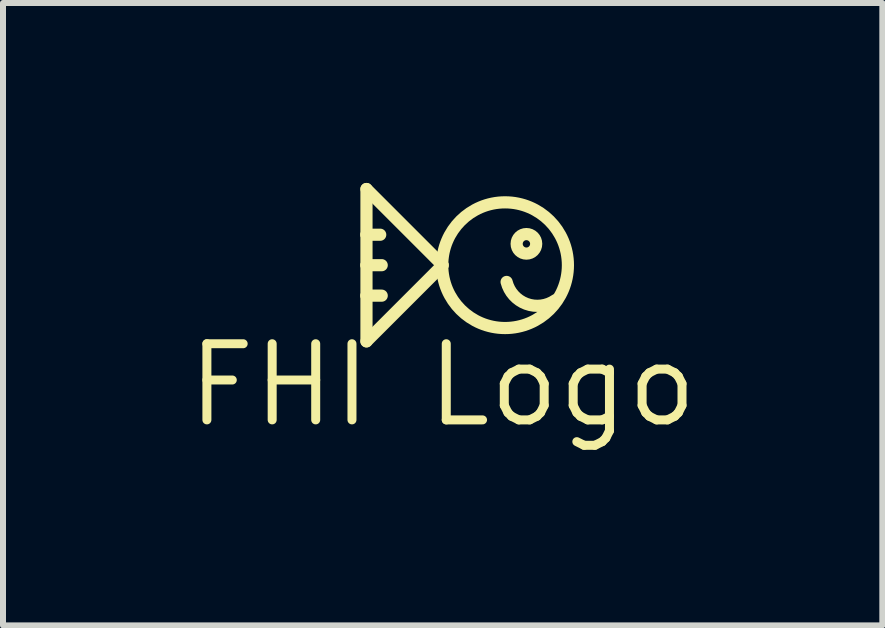
<source format=kicad_pcb>
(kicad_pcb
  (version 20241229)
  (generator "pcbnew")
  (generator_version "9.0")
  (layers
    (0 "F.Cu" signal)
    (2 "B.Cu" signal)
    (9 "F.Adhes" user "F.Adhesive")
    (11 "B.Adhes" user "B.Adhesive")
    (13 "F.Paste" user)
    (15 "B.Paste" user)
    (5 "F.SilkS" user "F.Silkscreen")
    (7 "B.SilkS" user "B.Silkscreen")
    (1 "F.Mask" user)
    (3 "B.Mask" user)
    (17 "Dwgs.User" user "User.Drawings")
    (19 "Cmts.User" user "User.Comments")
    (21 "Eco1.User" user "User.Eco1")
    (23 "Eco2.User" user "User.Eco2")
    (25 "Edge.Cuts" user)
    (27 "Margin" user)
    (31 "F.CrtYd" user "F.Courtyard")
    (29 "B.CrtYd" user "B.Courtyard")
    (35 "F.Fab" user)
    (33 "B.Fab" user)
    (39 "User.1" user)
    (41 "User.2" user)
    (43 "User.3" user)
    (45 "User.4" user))
  (footprint "FHI Logo"
    (layer "F.Cu")
    (at 4.331 1.372)
    (property "Reference" "FHI Logo" (at 0 2 0) (layer "F.SilkS") (effects (font (size 1.27 1.27) (thickness 0.15))))
    (fp_line (start -1.27 -1.27) (end -1.27 -0.508) (stroke (width 0.203) (type solid)) (layer "F.SilkS"))
    (fp_line (start -1.27 -0.508) (end -1.27 0) (stroke (width 0.203) (type solid)) (layer "F.SilkS"))
    (fp_line (start -1.27 -0.508) (end -1.041 -0.508) (stroke (width 0.203) (type solid)) (layer "F.SilkS"))
    (fp_line (start -1.27 0) (end -1.27 0.508) (stroke (width 0.203) (type solid)) (layer "F.SilkS"))
    (fp_line (start -1.27 0) (end -1.016 0) (stroke (width 0.203) (type solid)) (layer "F.SilkS"))
    (fp_line (start -1.27 0.508) (end -1.27 1.27) (stroke (width 0.203) (type solid)) (layer "F.SilkS"))
    (fp_line (start -1.27 0.508) (end -1.016 0.508) (stroke (width 0.203) (type solid)) (layer "F.SilkS"))
    (fp_line (start -1.27 1.27) (end 0 0) (stroke (width 0.203) (type solid)) (layer "F.SilkS"))
    (fp_line (start 0 0) (end -1.27 -1.27) (stroke (width 0.203) (type solid)) (layer "F.SilkS"))
    (fp_arc (start 1.8796 0.5842) (mid 1.393518 0.644285) (end 1.066799 0.279401) (stroke (width 0.2032) (type solid)) (layer "F.SilkS"))
    (fp_circle (center 1.041 0) (end 2.089 0) (stroke (width 0.203) (type solid)) (fill no) (layer "F.SilkS"))
    (fp_circle (center 1.397 -0.356) (end 1.56 -0.356) (stroke (width 0.203) (type solid)) (fill no) (layer "F.SilkS")))
  (gr_rect
    (start -3 -3)
    (end 11.663 7.378)
    (stroke (width 0.1) (type default))
    (fill no)
    (layer "Edge.Cuts")))
</source>
